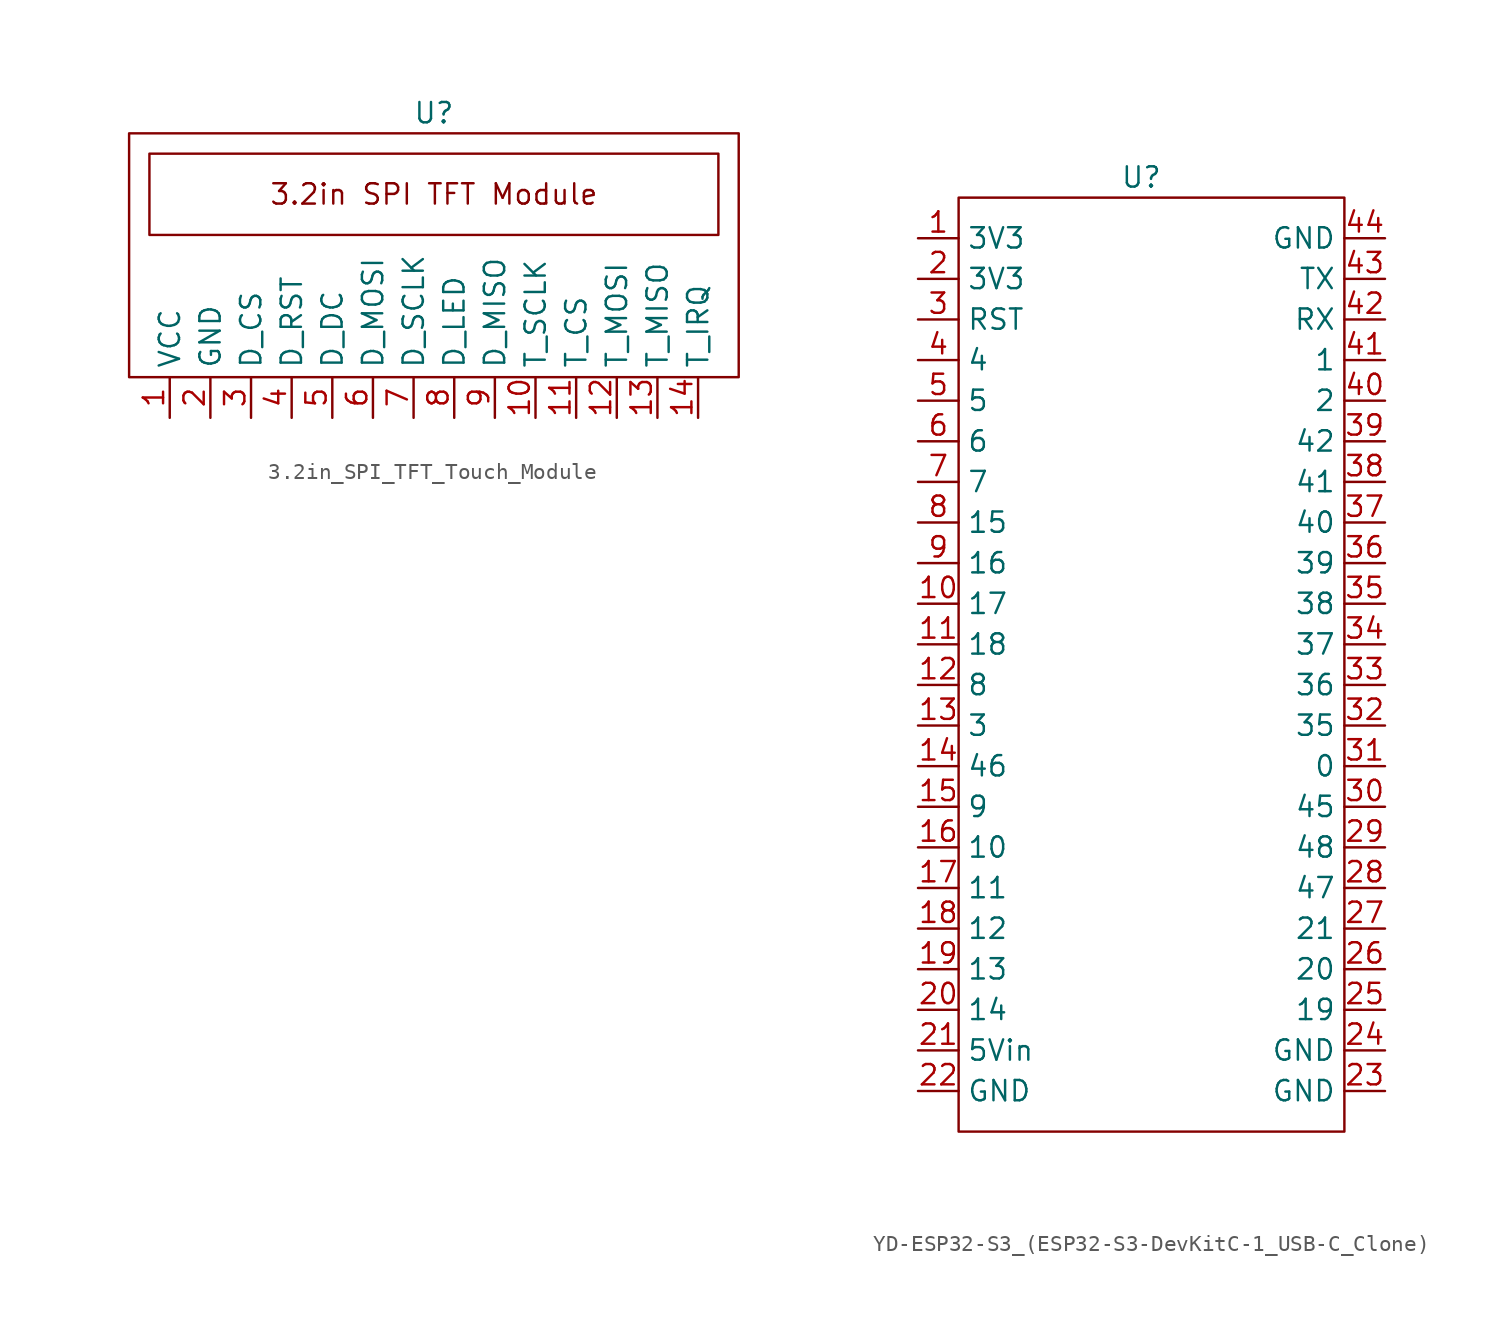
<source format=kicad_sym>
(kicad_symbol_lib
  (version 20220914)
  (generator kicad_symbol_editor)
  (symbol "3.2in_SPI_TFT_Touch_Module"
    (property "Reference" "U"
      (at 19.05 1.27 0)
      (effects (font (size 1.27 1.27))))
    (property "Value" ""
      (at 0 0 0)
      (effects (font (size 1.27 1.27))))
    (symbol "3.2in_SPI_TFT_Touch_Module_0_1"
      (rectangle (start 0 -15.24) (end 38.1 0) (stroke (width 0) (type default)) (fill (type none)))
      (rectangle (start 1.27 -6.35) (end 36.83 -1.27) (stroke (width 0) (type default)) (fill (type none))))
    (symbol "3.2in_SPI_TFT_Touch_Module_1_1"
      (text "3.2in SPI TFT Module" (at 19.05 -3.81 0) (effects (font (size 1.27 1.27))))
      (pin input line (at 2.54 -17.78 90) (length 2.54) (name "VCC" (effects (font (size 1.27 1.27)))) (number "1" (effects (font (size 1.27 1.27)))))
      (pin input line (at 25.4 -17.78 90) (length 2.54) (name "T_SCLK" (effects (font (size 1.27 1.27)))) (number "10" (effects (font (size 1.27 1.27)))))
      (pin input line (at 27.94 -17.78 90) (length 2.54) (name "T_CS" (effects (font (size 1.27 1.27)))) (number "11" (effects (font (size 1.27 1.27)))))
      (pin input line (at 30.48 -17.78 90) (length 2.54) (name "T_MOSI" (effects (font (size 1.27 1.27)))) (number "12" (effects (font (size 1.27 1.27)))))
      (pin input line (at 33.02 -17.78 90) (length 2.54) (name "T_MISO" (effects (font (size 1.27 1.27)))) (number "13" (effects (font (size 1.27 1.27)))))
      (pin input line (at 35.56 -17.78 90) (length 2.54) (name "T_IRQ" (effects (font (size 1.27 1.27)))) (number "14" (effects (font (size 1.27 1.27)))))
      (pin input line (at 5.08 -17.78 90) (length 2.54) (name "GND" (effects (font (size 1.27 1.27)))) (number "2" (effects (font (size 1.27 1.27)))))
      (pin input line (at 7.62 -17.78 90) (length 2.54) (name "D_CS" (effects (font (size 1.27 1.27)))) (number "3" (effects (font (size 1.27 1.27)))))
      (pin input line (at 10.16 -17.78 90) (length 2.54) (name "D_RST" (effects (font (size 1.27 1.27)))) (number "4" (effects (font (size 1.27 1.27)))))
      (pin input line (at 12.7 -17.78 90) (length 2.54) (name "D_DC" (effects (font (size 1.27 1.27)))) (number "5" (effects (font (size 1.27 1.27)))))
      (pin input line (at 15.24 -17.78 90) (length 2.54) (name "D_MOSI" (effects (font (size 1.27 1.27)))) (number "6" (effects (font (size 1.27 1.27)))))
      (pin input line (at 17.78 -17.78 90) (length 2.54) (name "D_SCLK" (effects (font (size 1.27 1.27)))) (number "7" (effects (font (size 1.27 1.27)))))
      (pin input line (at 20.32 -17.78 90) (length 2.54) (name "D_LED" (effects (font (size 1.27 1.27)))) (number "8" (effects (font (size 1.27 1.27)))))
      (pin input line (at 22.86 -17.78 90) (length 2.54) (name "D_MISO" (effects (font (size 1.27 1.27)))) (number "9" (effects (font (size 1.27 1.27)))))))
  (symbol "YD-ESP32-S3_(ESP32-S3-DevKitC-1_USB-C_Clone)"
    (property "Reference" "U"
      (at 11.43 1.27 0)
      (effects (font (size 1.27 1.27))))
    (property "Value" ""
      (at 0 0 0)
      (effects (font (size 1.27 1.27))))
    (symbol "YD-ESP32-S3_(ESP32-S3-DevKitC-1_USB-C_Clone)_0_1"
      (rectangle (start 0 0) (end 24.13 -58.42) (stroke (width 0) (type default)) (fill (type none))))
    (symbol "YD-ESP32-S3_(ESP32-S3-DevKitC-1_USB-C_Clone)_1_1"
      (pin input line (at -2.54 -2.54 0) (length 2.54) (name "3V3" (effects (font (size 1.27 1.27)))) (number "1" (effects (font (size 1.27 1.27)))))
      (pin input line (at -2.54 -25.4 0) (length 2.54) (name "17" (effects (font (size 1.27 1.27)))) (number "10" (effects (font (size 1.27 1.27)))))
      (pin input line (at -2.54 -27.94 0) (length 2.54) (name "18" (effects (font (size 1.27 1.27)))) (number "11" (effects (font (size 1.27 1.27)))))
      (pin input line (at -2.54 -30.48 0) (length 2.54) (name "8" (effects (font (size 1.27 1.27)))) (number "12" (effects (font (size 1.27 1.27)))))
      (pin input line (at -2.54 -33.02 0) (length 2.54) (name "3" (effects (font (size 1.27 1.27)))) (number "13" (effects (font (size 1.27 1.27)))))
      (pin input line (at -2.54 -35.56 0) (length 2.54) (name "46" (effects (font (size 1.27 1.27)))) (number "14" (effects (font (size 1.27 1.27)))))
      (pin input line (at -2.54 -38.1 0) (length 2.54) (name "9" (effects (font (size 1.27 1.27)))) (number "15" (effects (font (size 1.27 1.27)))))
      (pin input line (at -2.54 -40.64 0) (length 2.54) (name "10" (effects (font (size 1.27 1.27)))) (number "16" (effects (font (size 1.27 1.27)))))
      (pin input line (at -2.54 -43.18 0) (length 2.54) (name "11" (effects (font (size 1.27 1.27)))) (number "17" (effects (font (size 1.27 1.27)))))
      (pin input line (at -2.54 -45.72 0) (length 2.54) (name "12" (effects (font (size 1.27 1.27)))) (number "18" (effects (font (size 1.27 1.27)))))
      (pin input line (at -2.54 -48.26 0) (length 2.54) (name "13" (effects (font (size 1.27 1.27)))) (number "19" (effects (font (size 1.27 1.27)))))
      (pin input line (at -2.54 -5.08 0) (length 2.54) (name "3V3" (effects (font (size 1.27 1.27)))) (number "2" (effects (font (size 1.27 1.27)))))
      (pin input line (at -2.54 -50.8 0) (length 2.54) (name "14" (effects (font (size 1.27 1.27)))) (number "20" (effects (font (size 1.27 1.27)))))
      (pin input line (at -2.54 -53.34 0) (length 2.54) (name "5Vin" (effects (font (size 1.27 1.27)))) (number "21" (effects (font (size 1.27 1.27)))))
      (pin input line (at -2.54 -55.88 0) (length 2.54) (name "GND" (effects (font (size 1.27 1.27)))) (number "22" (effects (font (size 1.27 1.27)))))
      (pin input line (at 26.67 -55.88 180) (length 2.54) (name "GND" (effects (font (size 1.27 1.27)))) (number "23" (effects (font (size 1.27 1.27)))))
      (pin input line (at 26.67 -53.34 180) (length 2.54) (name "GND" (effects (font (size 1.27 1.27)))) (number "24" (effects (font (size 1.27 1.27)))))
      (pin input line (at 26.67 -50.8 180) (length 2.54) (name "19" (effects (font (size 1.27 1.27)))) (number "25" (effects (font (size 1.27 1.27)))))
      (pin input line (at 26.67 -48.26 180) (length 2.54) (name "20" (effects (font (size 1.27 1.27)))) (number "26" (effects (font (size 1.27 1.27)))))
      (pin input line (at 26.67 -45.72 180) (length 2.54) (name "21" (effects (font (size 1.27 1.27)))) (number "27" (effects (font (size 1.27 1.27)))))
      (pin input line (at 26.67 -43.18 180) (length 2.54) (name "47" (effects (font (size 1.27 1.27)))) (number "28" (effects (font (size 1.27 1.27)))))
      (pin input line (at 26.67 -40.64 180) (length 2.54) (name "48" (effects (font (size 1.27 1.27)))) (number "29" (effects (font (size 1.27 1.27)))))
      (pin input line (at -2.54 -7.62 0) (length 2.54) (name "RST" (effects (font (size 1.27 1.27)))) (number "3" (effects (font (size 1.27 1.27)))))
      (pin input line (at 26.67 -38.1 180) (length 2.54) (name "45" (effects (font (size 1.27 1.27)))) (number "30" (effects (font (size 1.27 1.27)))))
      (pin input line (at 26.67 -35.56 180) (length 2.54) (name "0" (effects (font (size 1.27 1.27)))) (number "31" (effects (font (size 1.27 1.27)))))
      (pin input line (at 26.67 -33.02 180) (length 2.54) (name "35" (effects (font (size 1.27 1.27)))) (number "32" (effects (font (size 1.27 1.27)))))
      (pin input line (at 26.67 -30.48 180) (length 2.54) (name "36" (effects (font (size 1.27 1.27)))) (number "33" (effects (font (size 1.27 1.27)))))
      (pin input line (at 26.67 -27.94 180) (length 2.54) (name "37" (effects (font (size 1.27 1.27)))) (number "34" (effects (font (size 1.27 1.27)))))
      (pin input line (at 26.67 -25.4 180) (length 2.54) (name "38" (effects (font (size 1.27 1.27)))) (number "35" (effects (font (size 1.27 1.27)))))
      (pin input line (at 26.67 -22.86 180) (length 2.54) (name "39" (effects (font (size 1.27 1.27)))) (number "36" (effects (font (size 1.27 1.27)))))
      (pin input line (at 26.67 -20.32 180) (length 2.54) (name "40" (effects (font (size 1.27 1.27)))) (number "37" (effects (font (size 1.27 1.27)))))
      (pin input line (at 26.67 -17.78 180) (length 2.54) (name "41" (effects (font (size 1.27 1.27)))) (number "38" (effects (font (size 1.27 1.27)))))
      (pin input line (at 26.67 -15.24 180) (length 2.54) (name "42" (effects (font (size 1.27 1.27)))) (number "39" (effects (font (size 1.27 1.27)))))
      (pin input line (at -2.54 -10.16 0) (length 2.54) (name "4" (effects (font (size 1.27 1.27)))) (number "4" (effects (font (size 1.27 1.27)))))
      (pin input line (at 26.67 -12.7 180) (length 2.54) (name "2" (effects (font (size 1.27 1.27)))) (number "40" (effects (font (size 1.27 1.27)))))
      (pin input line (at 26.67 -10.16 180) (length 2.54) (name "1" (effects (font (size 1.27 1.27)))) (number "41" (effects (font (size 1.27 1.27)))))
      (pin input line (at 26.67 -7.62 180) (length 2.54) (name "RX" (effects (font (size 1.27 1.27)))) (number "42" (effects (font (size 1.27 1.27)))))
      (pin input line (at 26.67 -5.08 180) (length 2.54) (name "TX" (effects (font (size 1.27 1.27)))) (number "43" (effects (font (size 1.27 1.27)))))
      (pin input line (at 26.67 -2.54 180) (length 2.54) (name "GND" (effects (font (size 1.27 1.27)))) (number "44" (effects (font (size 1.27 1.27)))))
      (pin input line (at -2.54 -12.7 0) (length 2.54) (name "5" (effects (font (size 1.27 1.27)))) (number "5" (effects (font (size 1.27 1.27)))))
      (pin input line (at -2.54 -15.24 0) (length 2.54) (name "6" (effects (font (size 1.27 1.27)))) (number "6" (effects (font (size 1.27 1.27)))))
      (pin input line (at -2.54 -17.78 0) (length 2.54) (name "7" (effects (font (size 1.27 1.27)))) (number "7" (effects (font (size 1.27 1.27)))))
      (pin input line (at -2.54 -20.32 0) (length 2.54) (name "15" (effects (font (size 1.27 1.27)))) (number "8" (effects (font (size 1.27 1.27)))))
      (pin input line (at -2.54 -22.86 0) (length 2.54) (name "16" (effects (font (size 1.27 1.27)))) (number "9" (effects (font (size 1.27 1.27))))))))
</source>
